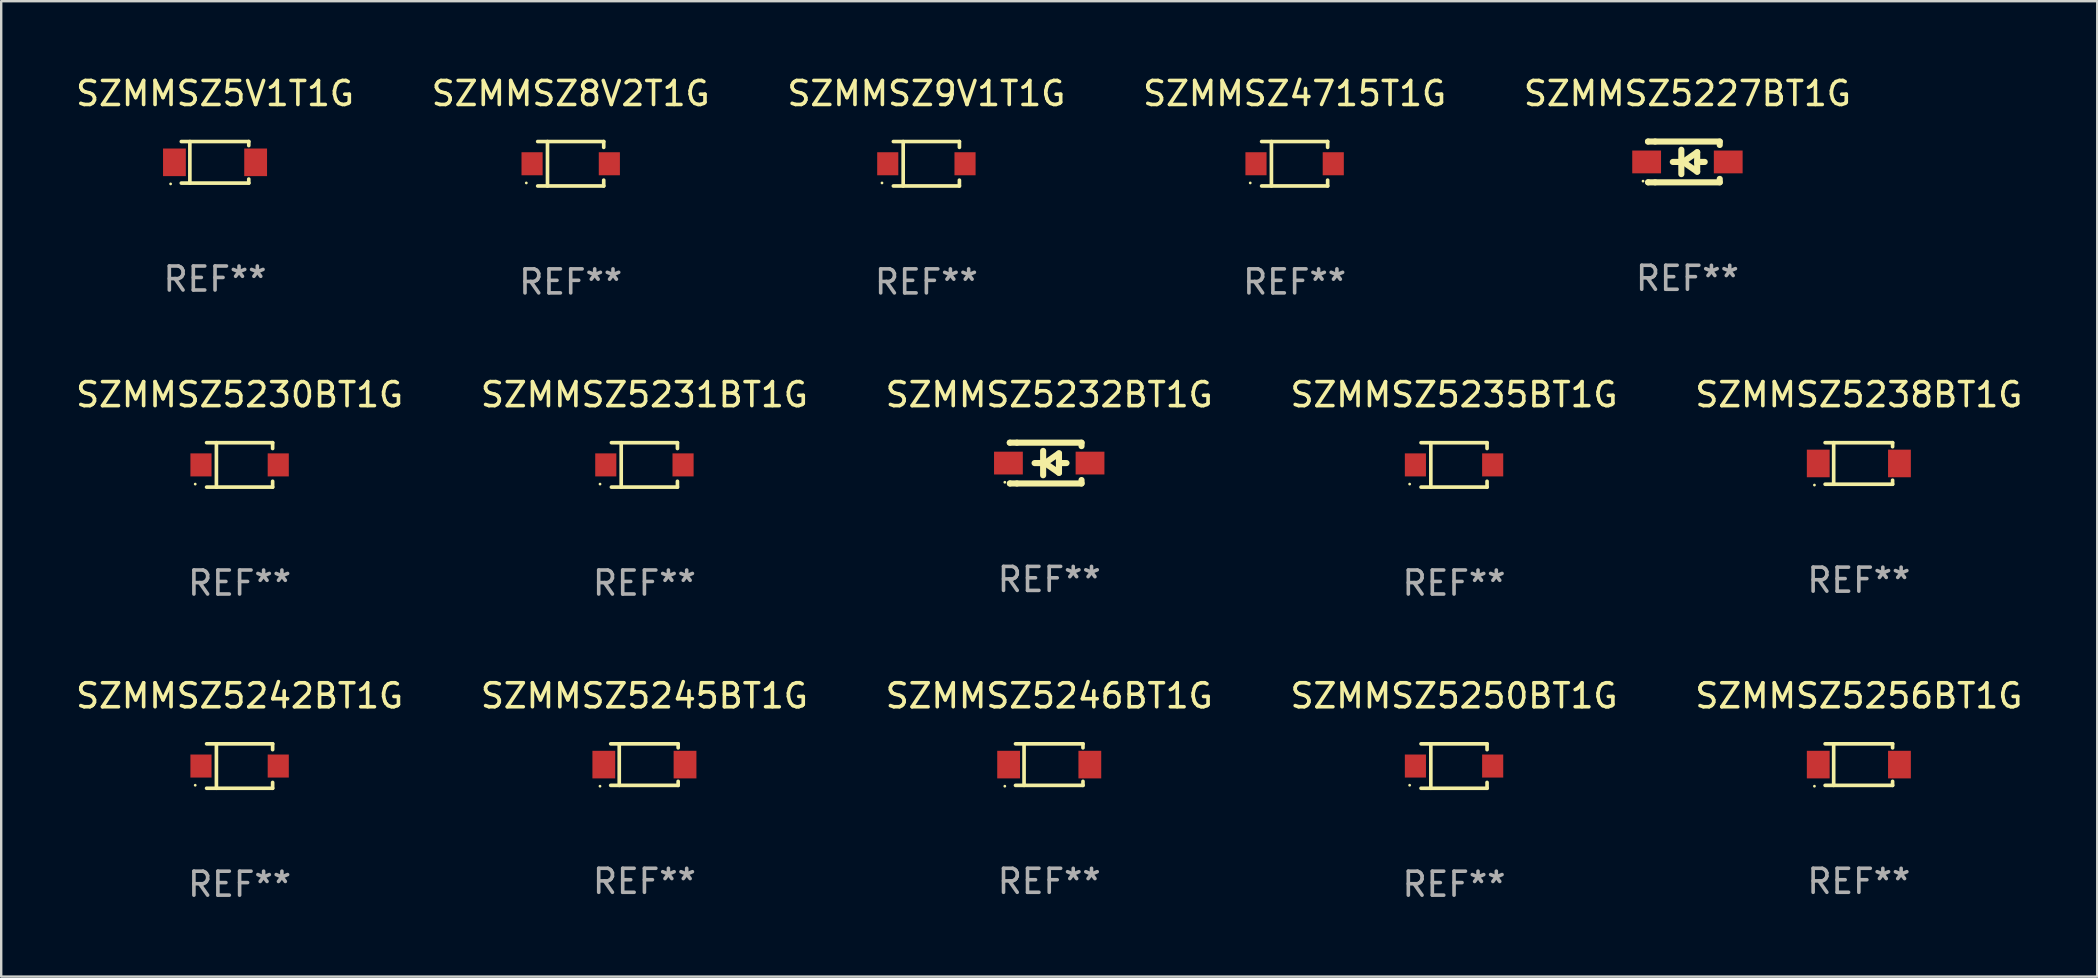
<source format=kicad_pcb>
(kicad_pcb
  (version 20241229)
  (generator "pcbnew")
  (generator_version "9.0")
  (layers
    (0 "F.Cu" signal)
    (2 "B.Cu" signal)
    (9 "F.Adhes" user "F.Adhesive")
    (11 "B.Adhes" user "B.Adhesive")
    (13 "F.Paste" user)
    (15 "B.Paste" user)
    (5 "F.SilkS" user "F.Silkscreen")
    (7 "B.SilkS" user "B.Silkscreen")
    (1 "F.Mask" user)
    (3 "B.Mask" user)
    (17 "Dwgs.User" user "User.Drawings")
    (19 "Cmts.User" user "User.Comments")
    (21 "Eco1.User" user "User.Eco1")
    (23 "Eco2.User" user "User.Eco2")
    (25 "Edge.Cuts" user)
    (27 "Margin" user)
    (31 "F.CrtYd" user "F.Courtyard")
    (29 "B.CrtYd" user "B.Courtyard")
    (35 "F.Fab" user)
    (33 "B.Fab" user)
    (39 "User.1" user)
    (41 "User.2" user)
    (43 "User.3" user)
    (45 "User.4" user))
  (footprint "SZMMSZ5246BT1G"
    (layer "F.Cu")
    (at 40.673 28.812)
    (property "Reference" "SZMMSZ5246BT1G" (at 0 -2.866 0) (layer "F.SilkS") (effects (font (size 1 1) (thickness 0.15))))
    (attr through_hole)
    (fp_line (start -1.406 -0.866) (end 1.406 -0.866) (stroke (width 0.152) (type solid)) (layer "F.SilkS"))
    (fp_line (start -1.406 0.866) (end 1.406 0.866) (stroke (width 0.152) (type solid)) (layer "F.SilkS"))
    (fp_line (start -1.049 -0.866) (end -1.049 0.866) (stroke (width 0.152) (type solid)) (layer "F.SilkS"))
    (fp_line (start 1.406 -0.866) (end 1.406 -0.698) (stroke (width 0.152) (type solid)) (layer "F.SilkS"))
    (fp_line (start 1.406 0.866) (end 1.406 0.698) (stroke (width 0.152) (type solid)) (layer "F.SilkS"))
    (fp_circle (center -1.851 0.9) (end -1.821 0.9) (stroke (width 0.06) (type solid)) (fill no) (layer "F.SilkS"))
    (fp_text user "REF**" (at 0 4.866 0) (layer "F.Fab") (effects (font (size 1 1) (thickness 0.15))))
    (pad "1" smd rect (at -1.692 0) (size 0.95 1.15) (layers "F.Cu" "F.Mask" "F.Paste"))
    (pad "2" smd rect (at 1.692 0) (size 0.95 1.15) (layers "F.Cu" "F.Mask" "F.Paste")))
  (footprint "SZMMSZ5235BT1G"
    (layer "F.Cu")
    (at 57.542 16.323)
    (property "Reference" "SZMMSZ5235BT1G" (at 0 -2.926 0) (layer "F.SilkS") (effects (font (size 1 1) (thickness 0.15))))
    (attr through_hole)
    (fp_line (start -1.376 -0.926) (end 1.376 -0.926) (stroke (width 0.152) (type solid)) (layer "F.SilkS"))
    (fp_line (start -1.376 0.926) (end 1.376 0.926) (stroke (width 0.152) (type solid)) (layer "F.SilkS"))
    (fp_line (start -0.967 -0.926) (end -0.967 0.926) (stroke (width 0.152) (type solid)) (layer "F.SilkS"))
    (fp_line (start 1.376 -0.926) (end 1.376 -0.683) (stroke (width 0.152) (type solid)) (layer "F.SilkS"))
    (fp_line (start 1.376 0.926) (end 1.376 0.683) (stroke (width 0.152) (type solid)) (layer "F.SilkS"))
    (fp_circle (center -1.85 0.8) (end -1.82 0.8) (stroke (width 0.06) (type solid)) (fill no) (layer "F.SilkS"))
    (fp_text user "REF**" (at 0 4.926 0) (layer "F.Fab") (effects (font (size 1 1) (thickness 0.15))))
    (pad "1" smd rect (at -1.61 0) (size 0.88 0.96) (layers "F.Cu" "F.Mask" "F.Paste"))
    (pad "2" smd rect (at 1.61 0) (size 0.88 0.96) (layers "F.Cu" "F.Mask" "F.Paste")))
  (footprint "SZMMSZ5238BT1G"
    (layer "F.Cu")
    (at 74.411 16.263)
    (property "Reference" "SZMMSZ5238BT1G" (at 0 -2.866 0) (layer "F.SilkS") (effects (font (size 1 1) (thickness 0.15))))
    (attr through_hole)
    (fp_line (start -1.406 -0.866) (end 1.406 -0.866) (stroke (width 0.152) (type solid)) (layer "F.SilkS"))
    (fp_line (start -1.406 0.866) (end 1.406 0.866) (stroke (width 0.152) (type solid)) (layer "F.SilkS"))
    (fp_line (start -1.049 -0.866) (end -1.049 0.866) (stroke (width 0.152) (type solid)) (layer "F.SilkS"))
    (fp_line (start 1.406 -0.866) (end 1.406 -0.698) (stroke (width 0.152) (type solid)) (layer "F.SilkS"))
    (fp_line (start 1.406 0.866) (end 1.406 0.698) (stroke (width 0.152) (type solid)) (layer "F.SilkS"))
    (fp_circle (center -1.851 0.9) (end -1.821 0.9) (stroke (width 0.06) (type solid)) (fill no) (layer "F.SilkS"))
    (fp_text user "REF**" (at 0 4.866 0) (layer "F.Fab") (effects (font (size 1 1) (thickness 0.15))))
    (pad "1" smd rect (at -1.692 0) (size 0.95 1.15) (layers "F.Cu" "F.Mask" "F.Paste"))
    (pad "2" smd rect (at 1.692 0) (size 0.95 1.15) (layers "F.Cu" "F.Mask" "F.Paste")))
  (footprint "SZMMSZ5230BT1G"
    (layer "F.Cu")
    (at 6.935 16.323)
    (property "Reference" "SZMMSZ5230BT1G" (at 0 -2.926 0) (layer "F.SilkS") (effects (font (size 1 1) (thickness 0.15))))
    (attr through_hole)
    (fp_line (start -1.376 -0.926) (end 1.376 -0.926) (stroke (width 0.152) (type solid)) (layer "F.SilkS"))
    (fp_line (start -1.376 0.926) (end 1.376 0.926) (stroke (width 0.152) (type solid)) (layer "F.SilkS"))
    (fp_line (start -0.967 -0.926) (end -0.967 0.926) (stroke (width 0.152) (type solid)) (layer "F.SilkS"))
    (fp_line (start 1.376 -0.926) (end 1.376 -0.683) (stroke (width 0.152) (type solid)) (layer "F.SilkS"))
    (fp_line (start 1.376 0.926) (end 1.376 0.683) (stroke (width 0.152) (type solid)) (layer "F.SilkS"))
    (fp_circle (center -1.85 0.8) (end -1.82 0.8) (stroke (width 0.06) (type solid)) (fill no) (layer "F.SilkS"))
    (fp_text user "REF**" (at 0 4.926 0) (layer "F.Fab") (effects (font (size 1 1) (thickness 0.15))))
    (pad "1" smd rect (at -1.61 0) (size 0.88 0.96) (layers "F.Cu" "F.Mask" "F.Paste"))
    (pad "2" smd rect (at 1.61 0) (size 0.88 0.96) (layers "F.Cu" "F.Mask" "F.Paste")))
  (footprint "SZMMSZ5242BT1G"
    (layer "F.Cu")
    (at 6.935 28.872)
    (property "Reference" "SZMMSZ5242BT1G" (at 0 -2.926 0) (layer "F.SilkS") (effects (font (size 1 1) (thickness 0.15))))
    (attr through_hole)
    (fp_line (start -1.376 -0.926) (end 1.376 -0.926) (stroke (width 0.152) (type solid)) (layer "F.SilkS"))
    (fp_line (start -1.376 0.926) (end 1.376 0.926) (stroke (width 0.152) (type solid)) (layer "F.SilkS"))
    (fp_line (start -0.967 -0.926) (end -0.967 0.926) (stroke (width 0.152) (type solid)) (layer "F.SilkS"))
    (fp_line (start 1.376 -0.926) (end 1.376 -0.683) (stroke (width 0.152) (type solid)) (layer "F.SilkS"))
    (fp_line (start 1.376 0.926) (end 1.376 0.683) (stroke (width 0.152) (type solid)) (layer "F.SilkS"))
    (fp_circle (center -1.85 0.8) (end -1.82 0.8) (stroke (width 0.06) (type solid)) (fill no) (layer "F.SilkS"))
    (fp_text user "REF**" (at 0 4.926 0) (layer "F.Fab") (effects (font (size 1 1) (thickness 0.15))))
    (pad "1" smd rect (at -1.61 0) (size 0.88 0.96) (layers "F.Cu" "F.Mask" "F.Paste"))
    (pad "2" smd rect (at 1.61 0) (size 0.88 0.96) (layers "F.Cu" "F.Mask" "F.Paste")))
  (footprint "SZMMSZ5227BT1G"
    (layer "F.Cu")
    (at 67.268 3.698)
    (property "Reference" "SZMMSZ5227BT1G" (at 0 -2.85 0) (layer "F.SilkS") (effects (font (size 1 1) (thickness 0.15))))
    (attr through_hole)
    (fp_line (start -1.643 -0.85) (end -1.644 -0.849) (stroke (width 0.254) (type solid)) (layer "F.SilkS"))
    (fp_line (start -1.638 0.85) (end -1.639 0.849) (stroke (width 0.254) (type solid)) (layer "F.SilkS"))
    (fp_line (start -1.346 -0.85) (end -1.643 -0.85) (stroke (width 0.254) (type solid)) (layer "F.SilkS"))
    (fp_line (start -1.346 -0.85) (end 1.346 -0.85) (stroke (width 0.254) (type solid)) (layer "F.SilkS"))
    (fp_line (start -1.346 0.85) (end -1.638 0.85) (stroke (width 0.254) (type solid)) (layer "F.SilkS"))
    (fp_line (start -0.28 0) (end -0.61 0) (stroke (width 0.254) (type solid)) (layer "F.SilkS"))
    (fp_line (start -0.254 -0.508) (end -0.254 0.508) (stroke (width 0.254) (type solid)) (layer "F.SilkS"))
    (fp_line (start -0.178 0) (end 0.406 -0.406) (stroke (width 0.254) (type solid)) (layer "F.SilkS"))
    (fp_line (start 0.406 -0.406) (end 0.406 0.406) (stroke (width 0.254) (type solid)) (layer "F.SilkS"))
    (fp_line (start 0.406 -0.000254) (end 0.72 -0.000254) (stroke (width 0.254) (type solid)) (layer "F.SilkS"))
    (fp_line (start 0.406 0.406) (end -0.178 0) (stroke (width 0.254) (type solid)) (layer "F.SilkS"))
    (fp_line (start 1.346 -0.85) (end 1.346 -0.706) (stroke (width 0.254) (type solid)) (layer "F.SilkS"))
    (fp_line (start 1.346 0.706) (end 1.346 0.85) (stroke (width 0.254) (type solid)) (layer "F.SilkS"))
    (fp_line (start 1.346 0.85) (end -1.346 0.85) (stroke (width 0.254) (type solid)) (layer "F.SilkS"))
    (fp_circle (center -1.85 0.8) (end -1.82 0.8) (stroke (width 0.06) (type solid)) (fill no) (layer "F.SilkS"))
    (fp_text user "REF**" (at 0 4.85 0) (layer "F.Fab") (effects (font (size 1 1) (thickness 0.15))))
    (pad "1" smd rect (at -1.7 0) (size 1.2 0.95) (layers "F.Cu" "F.Mask" "F.Paste"))
    (pad "2" smd rect (at 1.7 0) (size 1.2 0.95) (layers "F.Cu" "F.Mask" "F.Paste")))
  (footprint "SZMMSZ4715T1G"
    (layer "F.Cu")
    (at 50.899 3.774)
    (property "Reference" "SZMMSZ4715T1G" (at 0 -2.926 0) (layer "F.SilkS") (effects (font (size 1 1) (thickness 0.15))))
    (attr through_hole)
    (fp_line (start -1.376 -0.926) (end 1.376 -0.926) (stroke (width 0.152) (type solid)) (layer "F.SilkS"))
    (fp_line (start -1.376 0.926) (end 1.376 0.926) (stroke (width 0.152) (type solid)) (layer "F.SilkS"))
    (fp_line (start -0.967 -0.926) (end -0.967 0.926) (stroke (width 0.152) (type solid)) (layer "F.SilkS"))
    (fp_line (start 1.376 -0.926) (end 1.376 -0.683) (stroke (width 0.152) (type solid)) (layer "F.SilkS"))
    (fp_line (start 1.376 0.926) (end 1.376 0.683) (stroke (width 0.152) (type solid)) (layer "F.SilkS"))
    (fp_circle (center -1.85 0.8) (end -1.82 0.8) (stroke (width 0.06) (type solid)) (fill no) (layer "F.SilkS"))
    (fp_text user "REF**" (at 0 4.926 0) (layer "F.Fab") (effects (font (size 1 1) (thickness 0.15))))
    (pad "1" smd rect (at -1.61 -0.000076) (size 0.88 0.96) (layers "F.Cu" "F.Mask" "F.Paste"))
    (pad "2" smd rect (at 1.61 -0.000076) (size 0.88 0.96) (layers "F.Cu" "F.Mask" "F.Paste")))
  (footprint "SZMMSZ9V1T1G"
    (layer "F.Cu")
    (at 35.554 3.774)
    (property "Reference" "SZMMSZ9V1T1G" (at 0 -2.926 0) (layer "F.SilkS") (effects (font (size 1 1) (thickness 0.15))))
    (attr through_hole)
    (fp_line (start -1.376 -0.926) (end 1.376 -0.926) (stroke (width 0.152) (type solid)) (layer "F.SilkS"))
    (fp_line (start -1.376 0.926) (end 1.376 0.926) (stroke (width 0.152) (type solid)) (layer "F.SilkS"))
    (fp_line (start -0.967 -0.926) (end -0.967 0.926) (stroke (width 0.152) (type solid)) (layer "F.SilkS"))
    (fp_line (start 1.376 -0.926) (end 1.376 -0.683) (stroke (width 0.152) (type solid)) (layer "F.SilkS"))
    (fp_line (start 1.376 0.926) (end 1.376 0.683) (stroke (width 0.152) (type solid)) (layer "F.SilkS"))
    (fp_circle (center -1.85 0.8) (end -1.82 0.8) (stroke (width 0.06) (type solid)) (fill no) (layer "F.SilkS"))
    (fp_text user "REF**" (at 0 4.926 0) (layer "F.Fab") (effects (font (size 1 1) (thickness 0.15))))
    (pad "1" smd rect (at -1.61 0) (size 0.88 0.96) (layers "F.Cu" "F.Mask" "F.Paste"))
    (pad "2" smd rect (at 1.61 0) (size 0.88 0.96) (layers "F.Cu" "F.Mask" "F.Paste")))
  (footprint "SZMMSZ8V2T1G"
    (layer "F.Cu")
    (at 20.732 3.774)
    (property "Reference" "SZMMSZ8V2T1G" (at 0 -2.926 0) (layer "F.SilkS") (effects (font (size 1 1) (thickness 0.15))))
    (attr through_hole)
    (fp_line (start -1.376 -0.926) (end 1.376 -0.926) (stroke (width 0.152) (type solid)) (layer "F.SilkS"))
    (fp_line (start -1.376 0.926) (end 1.376 0.926) (stroke (width 0.152) (type solid)) (layer "F.SilkS"))
    (fp_line (start -0.967 -0.926) (end -0.967 0.926) (stroke (width 0.152) (type solid)) (layer "F.SilkS"))
    (fp_line (start 1.376 -0.926) (end 1.376 -0.683) (stroke (width 0.152) (type solid)) (layer "F.SilkS"))
    (fp_line (start 1.376 0.926) (end 1.376 0.683) (stroke (width 0.152) (type solid)) (layer "F.SilkS"))
    (fp_circle (center -1.85 0.8) (end -1.82 0.8) (stroke (width 0.06) (type solid)) (fill no) (layer "F.SilkS"))
    (fp_text user "REF**" (at 0 4.926 0) (layer "F.Fab") (effects (font (size 1 1) (thickness 0.15))))
    (pad "1" smd rect (at -1.61 0) (size 0.88 0.96) (layers "F.Cu" "F.Mask" "F.Paste"))
    (pad "2" smd rect (at 1.61 0) (size 0.88 0.96) (layers "F.Cu" "F.Mask" "F.Paste")))
  (footprint "SZMMSZ5245BT1G"
    (layer "F.Cu")
    (at 23.804 28.812)
    (property "Reference" "SZMMSZ5245BT1G" (at 0 -2.866 0) (layer "F.SilkS") (effects (font (size 1 1) (thickness 0.15))))
    (attr through_hole)
    (fp_line (start -1.406 -0.866) (end 1.406 -0.866) (stroke (width 0.152) (type solid)) (layer "F.SilkS"))
    (fp_line (start -1.406 0.866) (end 1.406 0.866) (stroke (width 0.152) (type solid)) (layer "F.SilkS"))
    (fp_line (start -1.049 -0.866) (end -1.049 0.866) (stroke (width 0.152) (type solid)) (layer "F.SilkS"))
    (fp_line (start 1.406 -0.866) (end 1.406 -0.698) (stroke (width 0.152) (type solid)) (layer "F.SilkS"))
    (fp_line (start 1.406 0.866) (end 1.406 0.698) (stroke (width 0.152) (type solid)) (layer "F.SilkS"))
    (fp_circle (center -1.851 0.9) (end -1.821 0.9) (stroke (width 0.06) (type solid)) (fill no) (layer "F.SilkS"))
    (fp_text user "REF**" (at 0 4.866 0) (layer "F.Fab") (effects (font (size 1 1) (thickness 0.15))))
    (pad "1" smd rect (at -1.692 0) (size 0.95 1.15) (layers "F.Cu" "F.Mask" "F.Paste"))
    (pad "2" smd rect (at 1.692 0) (size 0.95 1.15) (layers "F.Cu" "F.Mask" "F.Paste")))
  (footprint "SZMMSZ5232BT1G"
    (layer "F.Cu")
    (at 40.673 16.247)
    (property "Reference" "SZMMSZ5232BT1G" (at 0 -2.85 0) (layer "F.SilkS") (effects (font (size 1 1) (thickness 0.15))))
    (attr through_hole)
    (fp_line (start -1.643 -0.85) (end -1.644 -0.849) (stroke (width 0.254) (type solid)) (layer "F.SilkS"))
    (fp_line (start -1.638 0.85) (end -1.639 0.849) (stroke (width 0.254) (type solid)) (layer "F.SilkS"))
    (fp_line (start -1.346 -0.85) (end -1.643 -0.85) (stroke (width 0.254) (type solid)) (layer "F.SilkS"))
    (fp_line (start -1.346 -0.85) (end 1.346 -0.85) (stroke (width 0.254) (type solid)) (layer "F.SilkS"))
    (fp_line (start -1.346 0.85) (end -1.638 0.85) (stroke (width 0.254) (type solid)) (layer "F.SilkS"))
    (fp_line (start -0.28 0) (end -0.61 0) (stroke (width 0.254) (type solid)) (layer "F.SilkS"))
    (fp_line (start -0.254 -0.508) (end -0.254 0.508) (stroke (width 0.254) (type solid)) (layer "F.SilkS"))
    (fp_line (start -0.178 0) (end 0.406 -0.406) (stroke (width 0.254) (type solid)) (layer "F.SilkS"))
    (fp_line (start 0.406 -0.406) (end 0.406 0.406) (stroke (width 0.254) (type solid)) (layer "F.SilkS"))
    (fp_line (start 0.406 -0.000254) (end 0.72 -0.000254) (stroke (width 0.254) (type solid)) (layer "F.SilkS"))
    (fp_line (start 0.406 0.406) (end -0.178 0) (stroke (width 0.254) (type solid)) (layer "F.SilkS"))
    (fp_line (start 1.346 -0.85) (end 1.346 -0.706) (stroke (width 0.254) (type solid)) (layer "F.SilkS"))
    (fp_line (start 1.346 0.706) (end 1.346 0.85) (stroke (width 0.254) (type solid)) (layer "F.SilkS"))
    (fp_line (start 1.346 0.85) (end -1.346 0.85) (stroke (width 0.254) (type solid)) (layer "F.SilkS"))
    (fp_circle (center -1.85 0.8) (end -1.82 0.8) (stroke (width 0.06) (type solid)) (fill no) (layer "F.SilkS"))
    (fp_text user "REF**" (at 0 4.85 0) (layer "F.Fab") (effects (font (size 1 1) (thickness 0.15))))
    (pad "1" smd rect (at -1.7 0) (size 1.2 0.95) (layers "F.Cu" "F.Mask" "F.Paste"))
    (pad "2" smd rect (at 1.7 0) (size 1.2 0.95) (layers "F.Cu" "F.Mask" "F.Paste")))
  (footprint "SZMMSZ5231BT1G"
    (layer "F.Cu")
    (at 23.804 16.323)
    (property "Reference" "SZMMSZ5231BT1G" (at 0 -2.926 0) (layer "F.SilkS") (effects (font (size 1 1) (thickness 0.15))))
    (attr through_hole)
    (fp_line (start -1.376 -0.926) (end 1.376 -0.926) (stroke (width 0.152) (type solid)) (layer "F.SilkS"))
    (fp_line (start -1.376 0.926) (end 1.376 0.926) (stroke (width 0.152) (type solid)) (layer "F.SilkS"))
    (fp_line (start -0.967 -0.926) (end -0.967 0.926) (stroke (width 0.152) (type solid)) (layer "F.SilkS"))
    (fp_line (start 1.376 -0.926) (end 1.376 -0.683) (stroke (width 0.152) (type solid)) (layer "F.SilkS"))
    (fp_line (start 1.376 0.926) (end 1.376 0.683) (stroke (width 0.152) (type solid)) (layer "F.SilkS"))
    (fp_circle (center -1.85 0.8) (end -1.82 0.8) (stroke (width 0.06) (type solid)) (fill no) (layer "F.SilkS"))
    (fp_text user "REF**" (at 0 4.926 0) (layer "F.Fab") (effects (font (size 1 1) (thickness 0.15))))
    (pad "1" smd rect (at -1.61 0) (size 0.88 0.96) (layers "F.Cu" "F.Mask" "F.Paste"))
    (pad "2" smd rect (at 1.61 0) (size 0.88 0.96) (layers "F.Cu" "F.Mask" "F.Paste")))
  (footprint "SZMMSZ5250BT1G"
    (layer "F.Cu")
    (at 57.542 28.872)
    (property "Reference" "SZMMSZ5250BT1G" (at 0 -2.926 0) (layer "F.SilkS") (effects (font (size 1 1) (thickness 0.15))))
    (attr through_hole)
    (fp_line (start -1.376 -0.926) (end 1.376 -0.926) (stroke (width 0.152) (type solid)) (layer "F.SilkS"))
    (fp_line (start -1.376 0.926) (end 1.376 0.926) (stroke (width 0.152) (type solid)) (layer "F.SilkS"))
    (fp_line (start -0.967 -0.926) (end -0.967 0.926) (stroke (width 0.152) (type solid)) (layer "F.SilkS"))
    (fp_line (start 1.376 -0.926) (end 1.376 -0.683) (stroke (width 0.152) (type solid)) (layer "F.SilkS"))
    (fp_line (start 1.376 0.926) (end 1.376 0.683) (stroke (width 0.152) (type solid)) (layer "F.SilkS"))
    (fp_circle (center -1.85 0.8) (end -1.82 0.8) (stroke (width 0.06) (type solid)) (fill no) (layer "F.SilkS"))
    (fp_text user "REF**" (at 0 4.926 0) (layer "F.Fab") (effects (font (size 1 1) (thickness 0.15))))
    (pad "1" smd rect (at -1.61 0) (size 0.88 0.96) (layers "F.Cu" "F.Mask" "F.Paste"))
    (pad "2" smd rect (at 1.61 0) (size 0.88 0.96) (layers "F.Cu" "F.Mask" "F.Paste")))
  (footprint "SZMMSZ5256BT1G"
    (layer "F.Cu")
    (at 74.411 28.812)
    (property "Reference" "SZMMSZ5256BT1G" (at 0 -2.866 0) (layer "F.SilkS") (effects (font (size 1 1) (thickness 0.15))))
    (attr through_hole)
    (fp_line (start -1.406 -0.866) (end 1.406 -0.866) (stroke (width 0.152) (type solid)) (layer "F.SilkS"))
    (fp_line (start -1.406 0.866) (end 1.406 0.866) (stroke (width 0.152) (type solid)) (layer "F.SilkS"))
    (fp_line (start -1.049 -0.866) (end -1.049 0.866) (stroke (width 0.152) (type solid)) (layer "F.SilkS"))
    (fp_line (start 1.406 -0.866) (end 1.406 -0.698) (stroke (width 0.152) (type solid)) (layer "F.SilkS"))
    (fp_line (start 1.406 0.866) (end 1.406 0.698) (stroke (width 0.152) (type solid)) (layer "F.SilkS"))
    (fp_circle (center -1.851 0.9) (end -1.821 0.9) (stroke (width 0.06) (type solid)) (fill no) (layer "F.SilkS"))
    (fp_text user "REF**" (at 0 4.866 0) (layer "F.Fab") (effects (font (size 1 1) (thickness 0.15))))
    (pad "1" smd rect (at -1.692 0) (size 0.95 1.15) (layers "F.Cu" "F.Mask" "F.Paste"))
    (pad "2" smd rect (at 1.692 0) (size 0.95 1.15) (layers "F.Cu" "F.Mask" "F.Paste")))
  (footprint "SZMMSZ5V1T1G"
    (layer "F.Cu")
    (at 5.911 3.714)
    (property "Reference" "SZMMSZ5V1T1G" (at 0 -2.866 0) (layer "F.SilkS") (effects (font (size 1 1) (thickness 0.15))))
    (attr through_hole)
    (fp_line (start -1.406 -0.866) (end 1.406 -0.866) (stroke (width 0.152) (type solid)) (layer "F.SilkS"))
    (fp_line (start -1.406 0.866) (end 1.406 0.866) (stroke (width 0.152) (type solid)) (layer "F.SilkS"))
    (fp_line (start -1.049 -0.866) (end -1.049 0.866) (stroke (width 0.152) (type solid)) (layer "F.SilkS"))
    (fp_line (start 1.406 -0.866) (end 1.406 -0.698) (stroke (width 0.152) (type solid)) (layer "F.SilkS"))
    (fp_line (start 1.406 0.866) (end 1.406 0.698) (stroke (width 0.152) (type solid)) (layer "F.SilkS"))
    (fp_circle (center -1.851 0.9) (end -1.821 0.9) (stroke (width 0.06) (type solid)) (fill no) (layer "F.SilkS"))
    (fp_text user "REF**" (at 0 4.866 0) (layer "F.Fab") (effects (font (size 1 1) (thickness 0.15))))
    (pad "1" smd rect (at -1.692 0) (size 0.95 1.15) (layers "F.Cu" "F.Mask" "F.Paste"))
    (pad "2" smd rect (at 1.692 0) (size 0.95 1.15) (layers "F.Cu" "F.Mask" "F.Paste")))
  (gr_rect
    (start -3 -3)
    (end 84.345 37.647)
    (stroke (width 0.1) (type default))
    (fill no)
    (layer "Edge.Cuts")))
</source>
